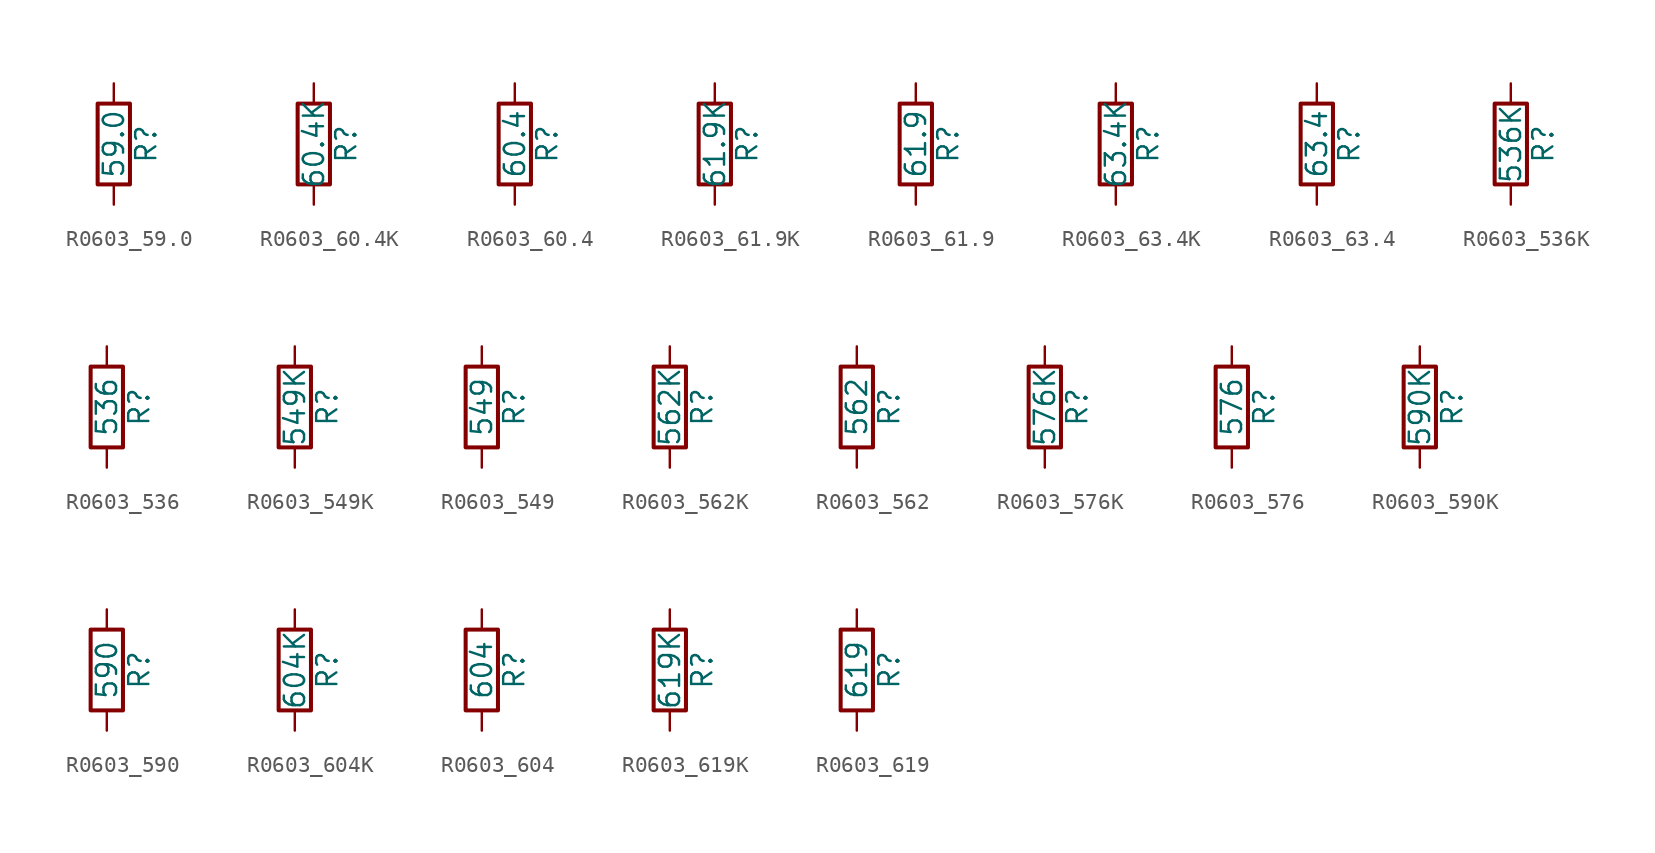
<source format=kicad_sym>
(kicad_symbol_lib
  (version 20211014)
  (generator atlantix-eda)
  (symbol "R0603_59.0"
    (pin_numbers hide)
    (pin_names
      (offset 0))
    (property "Reference" "R"
      (at 2.032 0 90)
      (effects (font (size 1.27 1.27))))
    (property "Value" "59.0"
      (at 0 0 90)
      (effects (font (size 1.27 1.27))))
    (symbol "R0603_59.0_0_1"
      (rectangle (start -1.016 -2.54) (end 1.016 2.54) (stroke (width 0.254) (type default) (color 0 0 0 0)) (fill (type none))))
    (symbol "R0603_59.0_1_1"
      (pin passive line (at 0 3.81 270) (length 1.27) (name "~" (effects (font (size 1.27 1.27)))) (number "1" (effects (font (size 1.27 1.27)))))
      (pin passive line (at 0 -3.81 90) (length 1.27) (name "~" (effects (font (size 1.27 1.27)))) (number "2" (effects (font (size 1.27 1.27)))))))
  (symbol "R0603_60.4K"
    (pin_numbers hide)
    (pin_names
      (offset 0))
    (property "Reference" "R"
      (at 2.032 0 90)
      (effects (font (size 1.27 1.27))))
    (property "Value" "60.4K"
      (at 0 0 90)
      (effects (font (size 1.27 1.27))))
    (symbol "R0603_60.4K_0_1"
      (rectangle (start -1.016 -2.54) (end 1.016 2.54) (stroke (width 0.254) (type default) (color 0 0 0 0)) (fill (type none))))
    (symbol "R0603_60.4K_1_1"
      (pin passive line (at 0 3.81 270) (length 1.27) (name "~" (effects (font (size 1.27 1.27)))) (number "1" (effects (font (size 1.27 1.27)))))
      (pin passive line (at 0 -3.81 90) (length 1.27) (name "~" (effects (font (size 1.27 1.27)))) (number "2" (effects (font (size 1.27 1.27)))))))
  (symbol "R0603_60.4"
    (pin_numbers hide)
    (pin_names
      (offset 0))
    (property "Reference" "R"
      (at 2.032 0 90)
      (effects (font (size 1.27 1.27))))
    (property "Value" "60.4"
      (at 0 0 90)
      (effects (font (size 1.27 1.27))))
    (symbol "R0603_60.4_0_1"
      (rectangle (start -1.016 -2.54) (end 1.016 2.54) (stroke (width 0.254) (type default) (color 0 0 0 0)) (fill (type none))))
    (symbol "R0603_60.4_1_1"
      (pin passive line (at 0 3.81 270) (length 1.27) (name "~" (effects (font (size 1.27 1.27)))) (number "1" (effects (font (size 1.27 1.27)))))
      (pin passive line (at 0 -3.81 90) (length 1.27) (name "~" (effects (font (size 1.27 1.27)))) (number "2" (effects (font (size 1.27 1.27)))))))
  (symbol "R0603_61.9K"
    (pin_numbers hide)
    (pin_names
      (offset 0))
    (property "Reference" "R"
      (at 2.032 0 90)
      (effects (font (size 1.27 1.27))))
    (property "Value" "61.9K"
      (at 0 0 90)
      (effects (font (size 1.27 1.27))))
    (symbol "R0603_61.9K_0_1"
      (rectangle (start -1.016 -2.54) (end 1.016 2.54) (stroke (width 0.254) (type default) (color 0 0 0 0)) (fill (type none))))
    (symbol "R0603_61.9K_1_1"
      (pin passive line (at 0 3.81 270) (length 1.27) (name "~" (effects (font (size 1.27 1.27)))) (number "1" (effects (font (size 1.27 1.27)))))
      (pin passive line (at 0 -3.81 90) (length 1.27) (name "~" (effects (font (size 1.27 1.27)))) (number "2" (effects (font (size 1.27 1.27)))))))
  (symbol "R0603_61.9"
    (pin_numbers hide)
    (pin_names
      (offset 0))
    (property "Reference" "R"
      (at 2.032 0 90)
      (effects (font (size 1.27 1.27))))
    (property "Value" "61.9"
      (at 0 0 90)
      (effects (font (size 1.27 1.27))))
    (symbol "R0603_61.9_0_1"
      (rectangle (start -1.016 -2.54) (end 1.016 2.54) (stroke (width 0.254) (type default) (color 0 0 0 0)) (fill (type none))))
    (symbol "R0603_61.9_1_1"
      (pin passive line (at 0 3.81 270) (length 1.27) (name "~" (effects (font (size 1.27 1.27)))) (number "1" (effects (font (size 1.27 1.27)))))
      (pin passive line (at 0 -3.81 90) (length 1.27) (name "~" (effects (font (size 1.27 1.27)))) (number "2" (effects (font (size 1.27 1.27)))))))
  (symbol "R0603_63.4K"
    (pin_numbers hide)
    (pin_names
      (offset 0))
    (property "Reference" "R"
      (at 2.032 0 90)
      (effects (font (size 1.27 1.27))))
    (property "Value" "63.4K"
      (at 0 0 90)
      (effects (font (size 1.27 1.27))))
    (symbol "R0603_63.4K_0_1"
      (rectangle (start -1.016 -2.54) (end 1.016 2.54) (stroke (width 0.254) (type default) (color 0 0 0 0)) (fill (type none))))
    (symbol "R0603_63.4K_1_1"
      (pin passive line (at 0 3.81 270) (length 1.27) (name "~" (effects (font (size 1.27 1.27)))) (number "1" (effects (font (size 1.27 1.27)))))
      (pin passive line (at 0 -3.81 90) (length 1.27) (name "~" (effects (font (size 1.27 1.27)))) (number "2" (effects (font (size 1.27 1.27)))))))
  (symbol "R0603_63.4"
    (pin_numbers hide)
    (pin_names
      (offset 0))
    (property "Reference" "R"
      (at 2.032 0 90)
      (effects (font (size 1.27 1.27))))
    (property "Value" "63.4"
      (at 0 0 90)
      (effects (font (size 1.27 1.27))))
    (symbol "R0603_63.4_0_1"
      (rectangle (start -1.016 -2.54) (end 1.016 2.54) (stroke (width 0.254) (type default) (color 0 0 0 0)) (fill (type none))))
    (symbol "R0603_63.4_1_1"
      (pin passive line (at 0 3.81 270) (length 1.27) (name "~" (effects (font (size 1.27 1.27)))) (number "1" (effects (font (size 1.27 1.27)))))
      (pin passive line (at 0 -3.81 90) (length 1.27) (name "~" (effects (font (size 1.27 1.27)))) (number "2" (effects (font (size 1.27 1.27)))))))
  (symbol "R0603_536K"
    (pin_numbers hide)
    (pin_names
      (offset 0))
    (property "Reference" "R"
      (at 2.032 0 90)
      (effects (font (size 1.27 1.27))))
    (property "Value" "536K"
      (at 0 0 90)
      (effects (font (size 1.27 1.27))))
    (symbol "R0603_536K_0_1"
      (rectangle (start -1.016 -2.54) (end 1.016 2.54) (stroke (width 0.254) (type default) (color 0 0 0 0)) (fill (type none))))
    (symbol "R0603_536K_1_1"
      (pin passive line (at 0 3.81 270) (length 1.27) (name "~" (effects (font (size 1.27 1.27)))) (number "1" (effects (font (size 1.27 1.27)))))
      (pin passive line (at 0 -3.81 90) (length 1.27) (name "~" (effects (font (size 1.27 1.27)))) (number "2" (effects (font (size 1.27 1.27)))))))
  (symbol "R0603_536"
    (pin_numbers hide)
    (pin_names
      (offset 0))
    (property "Reference" "R"
      (at 2.032 0 90)
      (effects (font (size 1.27 1.27))))
    (property "Value" "536"
      (at 0 0 90)
      (effects (font (size 1.27 1.27))))
    (symbol "R0603_536_0_1"
      (rectangle (start -1.016 -2.54) (end 1.016 2.54) (stroke (width 0.254) (type default) (color 0 0 0 0)) (fill (type none))))
    (symbol "R0603_536_1_1"
      (pin passive line (at 0 3.81 270) (length 1.27) (name "~" (effects (font (size 1.27 1.27)))) (number "1" (effects (font (size 1.27 1.27)))))
      (pin passive line (at 0 -3.81 90) (length 1.27) (name "~" (effects (font (size 1.27 1.27)))) (number "2" (effects (font (size 1.27 1.27)))))))
  (symbol "R0603_549K"
    (pin_numbers hide)
    (pin_names
      (offset 0))
    (property "Reference" "R"
      (at 2.032 0 90)
      (effects (font (size 1.27 1.27))))
    (property "Value" "549K"
      (at 0 0 90)
      (effects (font (size 1.27 1.27))))
    (symbol "R0603_549K_0_1"
      (rectangle (start -1.016 -2.54) (end 1.016 2.54) (stroke (width 0.254) (type default) (color 0 0 0 0)) (fill (type none))))
    (symbol "R0603_549K_1_1"
      (pin passive line (at 0 3.81 270) (length 1.27) (name "~" (effects (font (size 1.27 1.27)))) (number "1" (effects (font (size 1.27 1.27)))))
      (pin passive line (at 0 -3.81 90) (length 1.27) (name "~" (effects (font (size 1.27 1.27)))) (number "2" (effects (font (size 1.27 1.27)))))))
  (symbol "R0603_549"
    (pin_numbers hide)
    (pin_names
      (offset 0))
    (property "Reference" "R"
      (at 2.032 0 90)
      (effects (font (size 1.27 1.27))))
    (property "Value" "549"
      (at 0 0 90)
      (effects (font (size 1.27 1.27))))
    (symbol "R0603_549_0_1"
      (rectangle (start -1.016 -2.54) (end 1.016 2.54) (stroke (width 0.254) (type default) (color 0 0 0 0)) (fill (type none))))
    (symbol "R0603_549_1_1"
      (pin passive line (at 0 3.81 270) (length 1.27) (name "~" (effects (font (size 1.27 1.27)))) (number "1" (effects (font (size 1.27 1.27)))))
      (pin passive line (at 0 -3.81 90) (length 1.27) (name "~" (effects (font (size 1.27 1.27)))) (number "2" (effects (font (size 1.27 1.27)))))))
  (symbol "R0603_562K"
    (pin_numbers hide)
    (pin_names
      (offset 0))
    (property "Reference" "R"
      (at 2.032 0 90)
      (effects (font (size 1.27 1.27))))
    (property "Value" "562K"
      (at 0 0 90)
      (effects (font (size 1.27 1.27))))
    (symbol "R0603_562K_0_1"
      (rectangle (start -1.016 -2.54) (end 1.016 2.54) (stroke (width 0.254) (type default) (color 0 0 0 0)) (fill (type none))))
    (symbol "R0603_562K_1_1"
      (pin passive line (at 0 3.81 270) (length 1.27) (name "~" (effects (font (size 1.27 1.27)))) (number "1" (effects (font (size 1.27 1.27)))))
      (pin passive line (at 0 -3.81 90) (length 1.27) (name "~" (effects (font (size 1.27 1.27)))) (number "2" (effects (font (size 1.27 1.27)))))))
  (symbol "R0603_562"
    (pin_numbers hide)
    (pin_names
      (offset 0))
    (property "Reference" "R"
      (at 2.032 0 90)
      (effects (font (size 1.27 1.27))))
    (property "Value" "562"
      (at 0 0 90)
      (effects (font (size 1.27 1.27))))
    (symbol "R0603_562_0_1"
      (rectangle (start -1.016 -2.54) (end 1.016 2.54) (stroke (width 0.254) (type default) (color 0 0 0 0)) (fill (type none))))
    (symbol "R0603_562_1_1"
      (pin passive line (at 0 3.81 270) (length 1.27) (name "~" (effects (font (size 1.27 1.27)))) (number "1" (effects (font (size 1.27 1.27)))))
      (pin passive line (at 0 -3.81 90) (length 1.27) (name "~" (effects (font (size 1.27 1.27)))) (number "2" (effects (font (size 1.27 1.27)))))))
  (symbol "R0603_576K"
    (pin_numbers hide)
    (pin_names
      (offset 0))
    (property "Reference" "R"
      (at 2.032 0 90)
      (effects (font (size 1.27 1.27))))
    (property "Value" "576K"
      (at 0 0 90)
      (effects (font (size 1.27 1.27))))
    (symbol "R0603_576K_0_1"
      (rectangle (start -1.016 -2.54) (end 1.016 2.54) (stroke (width 0.254) (type default) (color 0 0 0 0)) (fill (type none))))
    (symbol "R0603_576K_1_1"
      (pin passive line (at 0 3.81 270) (length 1.27) (name "~" (effects (font (size 1.27 1.27)))) (number "1" (effects (font (size 1.27 1.27)))))
      (pin passive line (at 0 -3.81 90) (length 1.27) (name "~" (effects (font (size 1.27 1.27)))) (number "2" (effects (font (size 1.27 1.27)))))))
  (symbol "R0603_576"
    (pin_numbers hide)
    (pin_names
      (offset 0))
    (property "Reference" "R"
      (at 2.032 0 90)
      (effects (font (size 1.27 1.27))))
    (property "Value" "576"
      (at 0 0 90)
      (effects (font (size 1.27 1.27))))
    (symbol "R0603_576_0_1"
      (rectangle (start -1.016 -2.54) (end 1.016 2.54) (stroke (width 0.254) (type default) (color 0 0 0 0)) (fill (type none))))
    (symbol "R0603_576_1_1"
      (pin passive line (at 0 3.81 270) (length 1.27) (name "~" (effects (font (size 1.27 1.27)))) (number "1" (effects (font (size 1.27 1.27)))))
      (pin passive line (at 0 -3.81 90) (length 1.27) (name "~" (effects (font (size 1.27 1.27)))) (number "2" (effects (font (size 1.27 1.27)))))))
  (symbol "R0603_590K"
    (pin_numbers hide)
    (pin_names
      (offset 0))
    (property "Reference" "R"
      (at 2.032 0 90)
      (effects (font (size 1.27 1.27))))
    (property "Value" "590K"
      (at 0 0 90)
      (effects (font (size 1.27 1.27))))
    (symbol "R0603_590K_0_1"
      (rectangle (start -1.016 -2.54) (end 1.016 2.54) (stroke (width 0.254) (type default) (color 0 0 0 0)) (fill (type none))))
    (symbol "R0603_590K_1_1"
      (pin passive line (at 0 3.81 270) (length 1.27) (name "~" (effects (font (size 1.27 1.27)))) (number "1" (effects (font (size 1.27 1.27)))))
      (pin passive line (at 0 -3.81 90) (length 1.27) (name "~" (effects (font (size 1.27 1.27)))) (number "2" (effects (font (size 1.27 1.27)))))))
  (symbol "R0603_590"
    (pin_numbers hide)
    (pin_names
      (offset 0))
    (property "Reference" "R"
      (at 2.032 0 90)
      (effects (font (size 1.27 1.27))))
    (property "Value" "590"
      (at 0 0 90)
      (effects (font (size 1.27 1.27))))
    (symbol "R0603_590_0_1"
      (rectangle (start -1.016 -2.54) (end 1.016 2.54) (stroke (width 0.254) (type default) (color 0 0 0 0)) (fill (type none))))
    (symbol "R0603_590_1_1"
      (pin passive line (at 0 3.81 270) (length 1.27) (name "~" (effects (font (size 1.27 1.27)))) (number "1" (effects (font (size 1.27 1.27)))))
      (pin passive line (at 0 -3.81 90) (length 1.27) (name "~" (effects (font (size 1.27 1.27)))) (number "2" (effects (font (size 1.27 1.27)))))))
  (symbol "R0603_604K"
    (pin_numbers hide)
    (pin_names
      (offset 0))
    (property "Reference" "R"
      (at 2.032 0 90)
      (effects (font (size 1.27 1.27))))
    (property "Value" "604K"
      (at 0 0 90)
      (effects (font (size 1.27 1.27))))
    (symbol "R0603_604K_0_1"
      (rectangle (start -1.016 -2.54) (end 1.016 2.54) (stroke (width 0.254) (type default) (color 0 0 0 0)) (fill (type none))))
    (symbol "R0603_604K_1_1"
      (pin passive line (at 0 3.81 270) (length 1.27) (name "~" (effects (font (size 1.27 1.27)))) (number "1" (effects (font (size 1.27 1.27)))))
      (pin passive line (at 0 -3.81 90) (length 1.27) (name "~" (effects (font (size 1.27 1.27)))) (number "2" (effects (font (size 1.27 1.27)))))))
  (symbol "R0603_604"
    (pin_numbers hide)
    (pin_names
      (offset 0))
    (property "Reference" "R"
      (at 2.032 0 90)
      (effects (font (size 1.27 1.27))))
    (property "Value" "604"
      (at 0 0 90)
      (effects (font (size 1.27 1.27))))
    (symbol "R0603_604_0_1"
      (rectangle (start -1.016 -2.54) (end 1.016 2.54) (stroke (width 0.254) (type default) (color 0 0 0 0)) (fill (type none))))
    (symbol "R0603_604_1_1"
      (pin passive line (at 0 3.81 270) (length 1.27) (name "~" (effects (font (size 1.27 1.27)))) (number "1" (effects (font (size 1.27 1.27)))))
      (pin passive line (at 0 -3.81 90) (length 1.27) (name "~" (effects (font (size 1.27 1.27)))) (number "2" (effects (font (size 1.27 1.27)))))))
  (symbol "R0603_619K"
    (pin_numbers hide)
    (pin_names
      (offset 0))
    (property "Reference" "R"
      (at 2.032 0 90)
      (effects (font (size 1.27 1.27))))
    (property "Value" "619K"
      (at 0 0 90)
      (effects (font (size 1.27 1.27))))
    (symbol "R0603_619K_0_1"
      (rectangle (start -1.016 -2.54) (end 1.016 2.54) (stroke (width 0.254) (type default) (color 0 0 0 0)) (fill (type none))))
    (symbol "R0603_619K_1_1"
      (pin passive line (at 0 3.81 270) (length 1.27) (name "~" (effects (font (size 1.27 1.27)))) (number "1" (effects (font (size 1.27 1.27)))))
      (pin passive line (at 0 -3.81 90) (length 1.27) (name "~" (effects (font (size 1.27 1.27)))) (number "2" (effects (font (size 1.27 1.27)))))))
  (symbol "R0603_619"
    (pin_numbers hide)
    (pin_names
      (offset 0))
    (property "Reference" "R"
      (at 2.032 0 90)
      (effects (font (size 1.27 1.27))))
    (property "Value" "619"
      (at 0 0 90)
      (effects (font (size 1.27 1.27))))
    (symbol "R0603_619_0_1"
      (rectangle (start -1.016 -2.54) (end 1.016 2.54) (stroke (width 0.254) (type default) (color 0 0 0 0)) (fill (type none))))
    (symbol "R0603_619_1_1"
      (pin passive line (at 0 3.81 270) (length 1.27) (name "~" (effects (font (size 1.27 1.27)))) (number "1" (effects (font (size 1.27 1.27)))))
      (pin passive line (at 0 -3.81 90) (length 1.27) (name "~" (effects (font (size 1.27 1.27)))) (number "2" (effects (font (size 1.27 1.27))))))))
</source>
